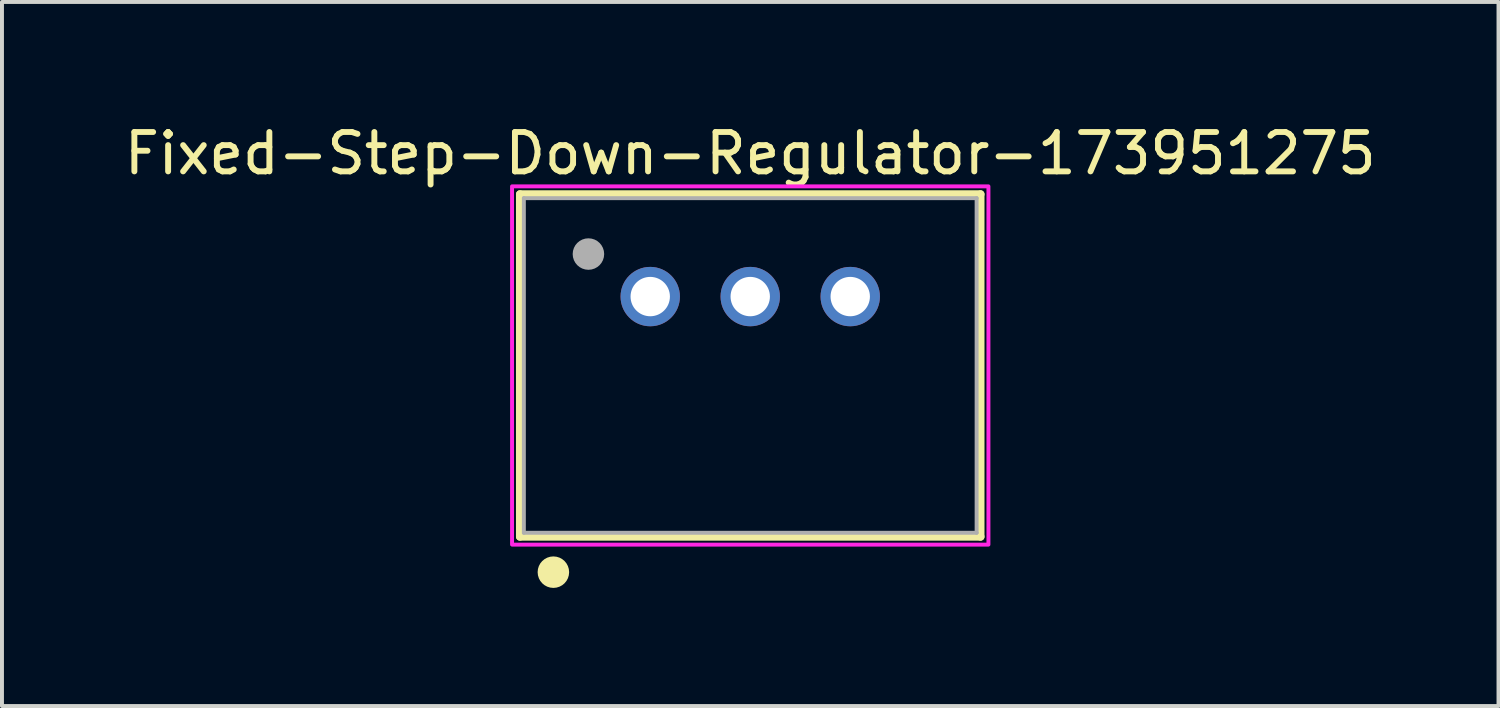
<source format=kicad_pcb>
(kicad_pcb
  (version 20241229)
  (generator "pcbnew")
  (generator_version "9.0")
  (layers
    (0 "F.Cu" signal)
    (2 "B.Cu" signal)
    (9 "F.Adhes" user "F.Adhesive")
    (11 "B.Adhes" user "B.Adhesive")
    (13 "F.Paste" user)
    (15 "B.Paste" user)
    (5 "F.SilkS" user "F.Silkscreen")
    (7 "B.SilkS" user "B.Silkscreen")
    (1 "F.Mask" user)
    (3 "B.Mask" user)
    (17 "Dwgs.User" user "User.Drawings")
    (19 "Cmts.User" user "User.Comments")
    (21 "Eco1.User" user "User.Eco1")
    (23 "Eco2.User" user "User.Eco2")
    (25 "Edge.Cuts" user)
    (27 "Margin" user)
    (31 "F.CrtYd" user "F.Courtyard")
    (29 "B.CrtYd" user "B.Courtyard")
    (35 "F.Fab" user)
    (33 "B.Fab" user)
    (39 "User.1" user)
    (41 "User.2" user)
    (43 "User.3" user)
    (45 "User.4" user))
  (footprint "Fixed-Step-Down-Regulator-173951275"
    (layer "F.Cu")
    (at 16.006 4.483)
    (property "Reference" "Fixed-Step-Down-Regulator-173951275" (at 0 -3.635 0) (layer "F.SilkS") (effects (font (size 1 1) (thickness 0.15))))
    (attr through_hole)
    (fp_line (start -5.85 -2.6) (end 5.85 -2.6) (stroke (width 0.2) (type solid)) (layer "F.SilkS"))
    (fp_line (start -5.85 6.1) (end -5.85 -2.6) (stroke (width 0.2) (type solid)) (layer "F.SilkS"))
    (fp_line (start 5.85 -2.6) (end 5.85 6.1) (stroke (width 0.2) (type solid)) (layer "F.SilkS"))
    (fp_line (start 5.85 6.1) (end -5.85 6.1) (stroke (width 0.2) (type solid)) (layer "F.SilkS"))
    (fp_circle (center -5 7) (end -4.8 7) (stroke (width 0.4) (type solid)) (fill no) (layer "F.SilkS"))
    (fp_poly (pts (xy 6.05 6.3) (xy -6.05 6.3) (xy -6.05 -2.8) (xy 6.05 -2.8)) (stroke (width 0.1) (type solid)) (fill no) (layer "F.CrtYd"))
    (fp_line (start -5.75 -2.5) (end 5.75 -2.5) (stroke (width 0.1) (type solid)) (layer "F.Fab"))
    (fp_line (start -5.75 6) (end -5.75 -2.5) (stroke (width 0.1) (type solid)) (layer "F.Fab"))
    (fp_line (start 5.75 -2.5) (end 5.75 6) (stroke (width 0.1) (type solid)) (layer "F.Fab"))
    (fp_line (start 5.75 6) (end -5.75 6) (stroke (width 0.1) (type solid)) (layer "F.Fab"))
    (fp_circle (center -4.11 -1.08) (end -3.91 -1.08) (stroke (width 0.4) (type solid)) (fill no) (layer "F.Fab"))
    (pad "1" thru_hole circle (at -2.54 0) (size 1.508 1.508) (drill 1) (layers "*.Cu" "*.Mask"))
    (pad "2" thru_hole circle (at 0 0) (size 1.508 1.508) (drill 1) (layers "*.Cu" "*.Mask"))
    (pad "3" thru_hole circle (at 2.54 0) (size 1.508 1.508) (drill 1) (layers "*.Cu" "*.Mask")))
  (gr_rect
    (start -3 -3)
    (end 35.012 14.883)
    (stroke (width 0.1) (type default))
    (fill no)
    (layer "Edge.Cuts")))
</source>
